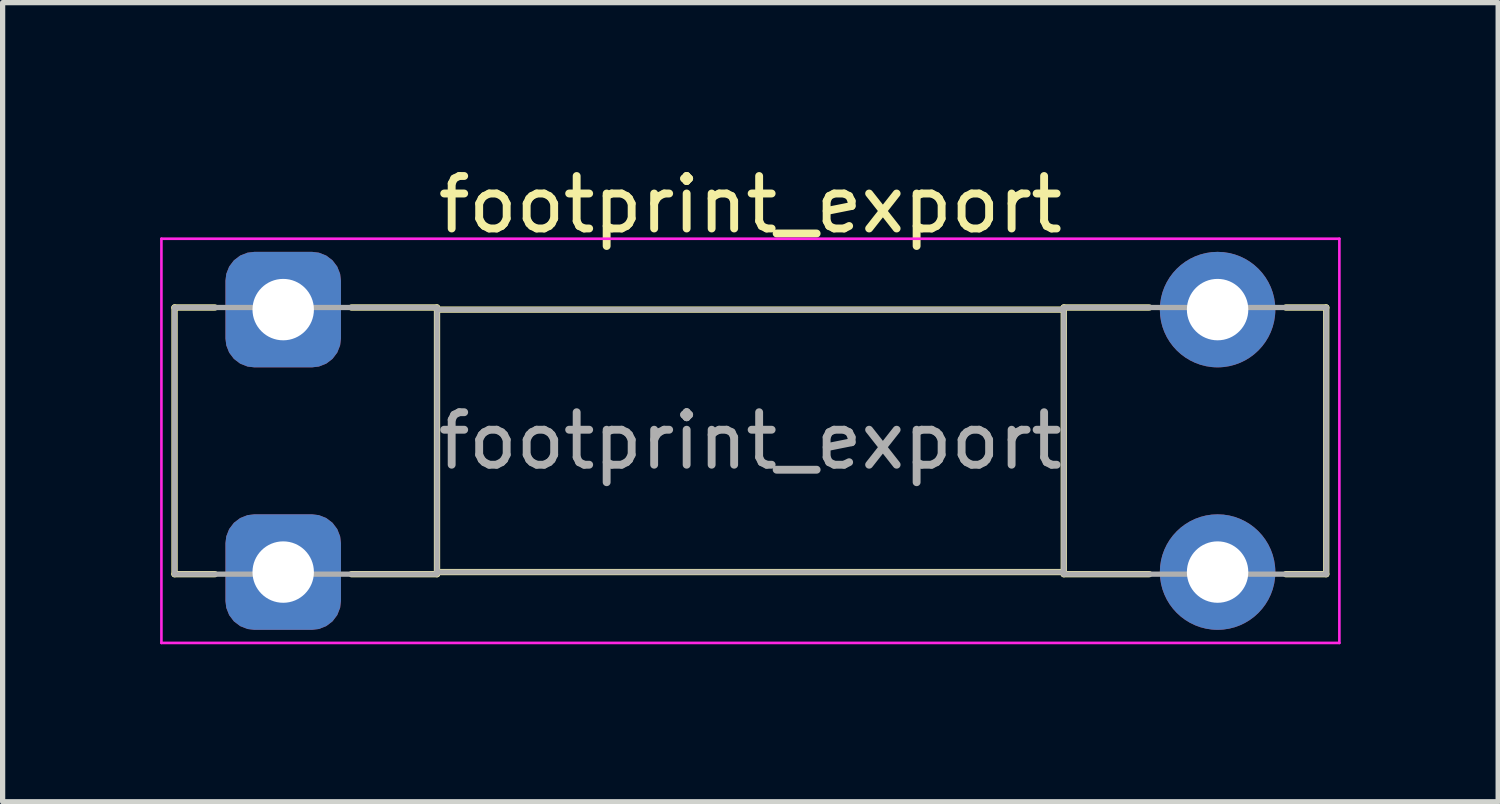
<source format=kicad_pcb>
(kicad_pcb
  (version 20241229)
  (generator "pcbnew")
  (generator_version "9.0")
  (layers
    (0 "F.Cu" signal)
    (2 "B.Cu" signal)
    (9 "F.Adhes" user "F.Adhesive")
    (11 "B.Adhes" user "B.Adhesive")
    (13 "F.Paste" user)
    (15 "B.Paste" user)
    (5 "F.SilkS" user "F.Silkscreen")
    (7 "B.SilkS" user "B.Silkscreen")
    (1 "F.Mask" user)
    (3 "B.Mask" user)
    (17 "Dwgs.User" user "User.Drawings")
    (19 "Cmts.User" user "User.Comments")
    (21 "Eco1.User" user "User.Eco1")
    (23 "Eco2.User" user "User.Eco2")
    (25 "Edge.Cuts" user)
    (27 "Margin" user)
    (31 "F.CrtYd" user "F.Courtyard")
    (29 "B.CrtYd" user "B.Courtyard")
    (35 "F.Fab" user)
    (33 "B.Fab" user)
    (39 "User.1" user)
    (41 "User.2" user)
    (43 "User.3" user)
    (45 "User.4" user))
  (footprint "footprint_export"
    (layer "F.Cu")
    (at 2.345 2.848)
    (property "Reference" "footprint_export" (at 8.9 -2 0) (layer "F.SilkS") (effects (font (size 1 1) (thickness 0.15))))
    (attr through_hole)
    (fp_line (start -2.07 5.04) (end -2.07 -0.04) (stroke (width 0.12) (type solid)) (layer "F.SilkS"))
    (fp_line (start -1.3 -0.04) (end -2.07 -0.04) (stroke (width 0.12) (type solid)) (layer "F.SilkS"))
    (fp_line (start -1.3 5.04) (end -2.07 5.04) (stroke (width 0.12) (type solid)) (layer "F.SilkS"))
    (fp_line (start 2.93 -0.04) (end 1.3 -0.04) (stroke (width 0.12) (type solid)) (layer "F.SilkS"))
    (fp_line (start 2.93 -0.04) (end 2.93 5.04) (stroke (width 0.12) (type solid)) (layer "F.SilkS"))
    (fp_line (start 2.93 5.04) (end 1.3 5.04) (stroke (width 0.12) (type solid)) (layer "F.SilkS"))
    (fp_line (start 14.87 -0.04) (end 14.87 5.04) (stroke (width 0.12) (type solid)) (layer "F.SilkS"))
    (fp_line (start 14.87 0) (end 2.93 0) (stroke (width 0.12) (type solid)) (layer "F.SilkS"))
    (fp_line (start 14.87 5) (end 2.93 5) (stroke (width 0.12) (type solid)) (layer "F.SilkS"))
    (fp_line (start 16.5 -0.04) (end 14.87 -0.04) (stroke (width 0.12) (type solid)) (layer "F.SilkS"))
    (fp_line (start 16.5 5.04) (end 14.87 5.04) (stroke (width 0.12) (type solid)) (layer "F.SilkS"))
    (fp_line (start 19.1 -0.04) (end 19.87 -0.04) (stroke (width 0.12) (type solid)) (layer "F.SilkS"))
    (fp_line (start 19.1 5.04) (end 19.87 5.04) (stroke (width 0.12) (type solid)) (layer "F.SilkS"))
    (fp_line (start 19.87 -0.04) (end 19.87 5.04) (stroke (width 0.12) (type solid)) (layer "F.SilkS"))
    (fp_line (start -2.32 -1.35) (end -2.32 6.35) (stroke (width 0.05) (type solid)) (layer "F.CrtYd"))
    (fp_line (start -2.32 -1.35) (end 20.12 -1.35) (stroke (width 0.05) (type solid)) (layer "F.CrtYd"))
    (fp_line (start 20.12 6.35) (end -2.32 6.35) (stroke (width 0.05) (type solid)) (layer "F.CrtYd"))
    (fp_line (start 20.12 6.35) (end 20.12 -1.35) (stroke (width 0.05) (type solid)) (layer "F.CrtYd"))
    (fp_line (start -2.07 -0.04) (end 2.93 -0.04) (stroke (width 0.1) (type solid)) (layer "F.Fab"))
    (fp_line (start -2.07 5.04) (end -2.07 -0.04) (stroke (width 0.1) (type solid)) (layer "F.Fab"))
    (fp_line (start 2.9 5.04) (end -2.07 5.04) (stroke (width 0.1) (type solid)) (layer "F.Fab"))
    (fp_line (start 2.93 -0.04) (end 2.93 5.04) (stroke (width 0.1) (type solid)) (layer "F.Fab"))
    (fp_line (start 2.93 0) (end 14.87 0) (stroke (width 0.1) (type solid)) (layer "F.Fab"))
    (fp_line (start 14.87 -0.04) (end 14.87 5.04) (stroke (width 0.1) (type solid)) (layer "F.Fab"))
    (fp_line (start 14.87 5) (end 2.93 5) (stroke (width 0.1) (type solid)) (layer "F.Fab"))
    (fp_line (start 14.87 5.04) (end 19.87 5.04) (stroke (width 0.1) (type solid)) (layer "F.Fab"))
    (fp_line (start 19.87 -0.04) (end 14.87 -0.04) (stroke (width 0.1) (type solid)) (layer "F.Fab"))
    (fp_line (start 19.87 5.04) (end 19.87 -0.04) (stroke (width 0.1) (type solid)) (layer "F.Fab"))
    (fp_text user "${REFERENCE}" (at 8.9 2.5 0) (layer "F.Fab") (effects (font (size 1 1) (thickness 0.15))))
    (pad "1" thru_hole roundrect (at 0 0) (size 2.2 2.2) (drill 1.17) (layers "*.Cu" "*.Mask") (roundrect_rratio 0.25))
    (pad "1" thru_hole roundrect (at 0 5) (size 2.2 2.2) (drill 1.17) (layers "*.Cu" "*.Mask") (roundrect_rratio 0.25))
    (pad "2" thru_hole circle (at 17.8 0) (size 2.2 2.2) (drill 1.17) (layers "*.Cu" "*.Mask"))
    (pad "2" thru_hole circle (at 17.8 5) (size 2.2 2.2) (drill 1.17) (layers "*.Cu" "*.Mask")))
  (gr_rect
    (start -3 -3)
    (end 25.49 12.223)
    (stroke (width 0.1) (type default))
    (fill no)
    (layer "Edge.Cuts")))
</source>
